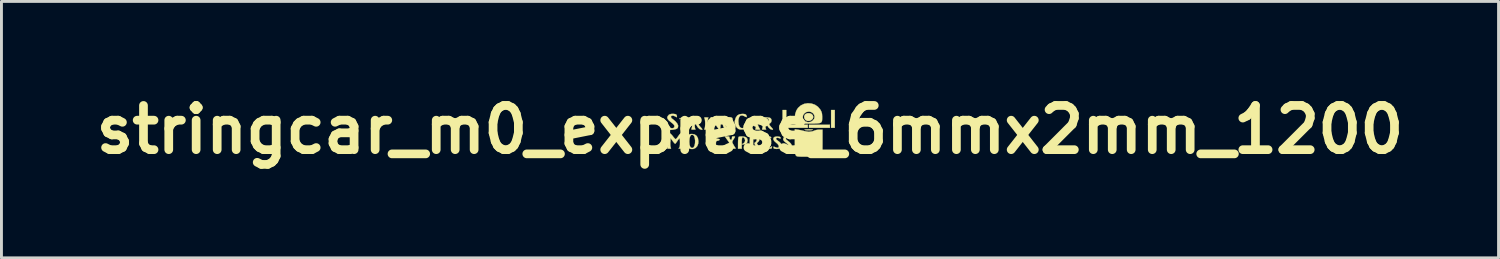
<source format=kicad_pcb>
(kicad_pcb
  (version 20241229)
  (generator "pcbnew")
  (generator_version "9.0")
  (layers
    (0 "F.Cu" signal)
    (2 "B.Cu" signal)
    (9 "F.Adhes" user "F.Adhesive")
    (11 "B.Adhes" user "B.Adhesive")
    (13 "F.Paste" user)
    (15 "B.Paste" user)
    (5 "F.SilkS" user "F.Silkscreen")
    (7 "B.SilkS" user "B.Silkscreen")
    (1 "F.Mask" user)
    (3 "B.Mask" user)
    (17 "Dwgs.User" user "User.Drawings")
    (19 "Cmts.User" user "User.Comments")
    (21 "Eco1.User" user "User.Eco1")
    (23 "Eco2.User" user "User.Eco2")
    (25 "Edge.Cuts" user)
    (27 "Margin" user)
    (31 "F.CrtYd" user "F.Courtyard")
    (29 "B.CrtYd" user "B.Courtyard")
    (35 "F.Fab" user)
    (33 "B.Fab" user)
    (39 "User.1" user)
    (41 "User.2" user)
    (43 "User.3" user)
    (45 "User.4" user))
  (footprint "stringcar_m0_express_6mmx2mm_1200"
    (layer "F.Cu")
    (at 22.795 1.418)
    (property "Reference" "stringcar_m0_express_6mmx2mm_1200" (at 0 0 0) (layer "F.SilkS") (effects (font (size 1.524 1.524) (thickness 0.3))))
    (attr through_hole)
    (fp_poly (pts (xy 1.249 -0.064) (xy 1.122 -0.064) (xy 1.122 -0.677) (xy 1.249 -0.677) (xy 1.249 -0.064)) (stroke (width 0.01) (type solid)) (fill yes) (layer "F.SilkS"))
    (fp_poly (pts (xy 1.99 -0.064) (xy 1.291 -0.064) (xy 1.291 -0.169) (xy 1.99 -0.169) (xy 1.99 -0.064)) (stroke (width 0.01) (type solid)) (fill yes) (layer "F.SilkS"))
    (fp_poly (pts (xy 2.752 -0.064) (xy 2.032 -0.064) (xy 2.032 -0.169) (xy 2.752 -0.169) (xy 2.752 -0.064)) (stroke (width 0.01) (type solid)) (fill yes) (layer "F.SilkS"))
    (fp_poly (pts (xy 2.921 -0.064) (xy 2.794 -0.064) (xy 2.794 -0.677) (xy 2.921 -0.677) (xy 2.921 -0.064)) (stroke (width 0.01) (type solid)) (fill yes) (layer "F.SilkS"))
    (fp_poly (pts (xy 2.095 -0.009) (xy 2.146 -0.003) (xy 2.167 0.004) (xy 2.166 0.005) (xy 2.142 0.013) (xy 2.087 0.019) (xy 2.021 0.021) (xy 1.95 0.019) (xy 1.898 0.013) (xy 1.877 0.005) (xy 1.891 -0.002) (xy 1.938 -0.008) (xy 2.008 -0.011) (xy 2.021 -0.011) (xy 2.095 -0.009)) (stroke (width 0.01) (type solid)) (fill yes) (layer "F.SilkS"))
    (fp_poly (pts (xy 2.052 -0.568) (xy 2.117 -0.543) (xy 2.164 -0.497) (xy 2.18 -0.438) (xy 2.162 -0.376) (xy 2.114 -0.329) (xy 2.05 -0.303) (xy 1.981 -0.301) (xy 1.918 -0.327) (xy 1.905 -0.339) (xy 1.87 -0.398) (xy 1.865 -0.464) (xy 1.891 -0.521) (xy 1.91 -0.539) (xy 1.979 -0.568) (xy 2.052 -0.568)) (stroke (width 0.01) (type solid)) (fill yes) (layer "F.SilkS"))
    (fp_poly (pts (xy -1.452 -0.419) (xy -1.431 -0.413) (xy -1.434 -0.409) (xy -1.449 -0.386) (xy -1.457 -0.327) (xy -1.46 -0.229) (xy -1.46 -0.212) (xy -1.458 -0.108) (xy -1.45 -0.044) (xy -1.437 -0.015) (xy -1.434 -0.014) (xy -1.436 -0.007) (xy -1.472 -0.003) (xy -1.502 -0.002) (xy -1.558 -0.003) (xy -1.578 -0.011) (xy -1.571 -0.025) (xy -1.557 -0.061) (xy -1.548 -0.124) (xy -1.545 -0.203) (xy -1.547 -0.283) (xy -1.555 -0.351) (xy -1.567 -0.393) (xy -1.571 -0.398) (xy -1.577 -0.414) (xy -1.553 -0.421) (xy -1.502 -0.422) (xy -1.452 -0.419)) (stroke (width 0.01) (type solid)) (fill yes) (layer "F.SilkS"))
    (fp_poly (pts (xy -0.349 0.656) (xy -0.413 0.656) (xy -0.413 0.462) (xy -0.286 0.462) (xy -0.286 0.506) (xy -0.228 0.475) (xy -0.182 0.429) (xy -0.168 0.368) (xy -0.187 0.307) (xy -0.204 0.286) (xy -0.238 0.26) (xy -0.262 0.263) (xy -0.276 0.299) (xy -0.284 0.371) (xy -0.286 0.462) (xy -0.413 0.462) (xy -0.413 0.46) (xy -0.411 0.373) (xy -0.405 0.302) (xy -0.396 0.258) (xy -0.392 0.249) (xy -0.348 0.236) (xy -0.282 0.233) (xy -0.21 0.24) (xy -0.151 0.256) (xy -0.132 0.266) (xy -0.094 0.313) (xy -0.085 0.37) (xy -0.1 0.446) (xy -0.146 0.492) (xy -0.218 0.507) (xy -0.286 0.506) (xy -0.286 0.656) (xy -0.349 0.656)) (stroke (width 0.01) (type solid)) (fill yes) (layer "F.SilkS"))
    (fp_poly (pts (xy -0.224 -0.542) (xy -0.165 -0.533) (xy -0.134 -0.509) (xy -0.123 -0.488) (xy -0.112 -0.445) (xy -0.122 -0.431) (xy -0.159 -0.445) (xy -0.197 -0.466) (xy -0.271 -0.494) (xy -0.331 -0.483) (xy -0.374 -0.435) (xy -0.398 -0.353) (xy -0.402 -0.289) (xy -0.391 -0.18) (xy -0.36 -0.103) (xy -0.312 -0.059) (xy -0.248 -0.053) (xy -0.194 -0.072) (xy -0.134 -0.099) (xy -0.1 -0.104) (xy -0.098 -0.088) (xy -0.12 -0.061) (xy -0.18 -0.026) (xy -0.26 -0.008) (xy -0.344 -0.008) (xy -0.402 -0.026) (xy -0.456 -0.073) (xy -0.5 -0.146) (xy -0.526 -0.228) (xy -0.529 -0.265) (xy -0.519 -0.324) (xy -0.497 -0.395) (xy -0.488 -0.416) (xy -0.44 -0.487) (xy -0.37 -0.528) (xy -0.272 -0.543) (xy -0.224 -0.542)) (stroke (width 0.01) (type solid)) (fill yes) (layer "F.SilkS"))
    (fp_poly (pts (xy 0.956 0.237) (xy 1.021 0.247) (xy 1.051 0.269) (xy 1.054 0.279) (xy 1.054 0.302) (xy 1.033 0.303) (xy 0.996 0.29) (xy 0.945 0.277) (xy 0.913 0.287) (xy 0.905 0.294) (xy 0.894 0.317) (xy 0.911 0.344) (xy 0.941 0.367) (xy 1.03 0.438) (xy 1.082 0.498) (xy 1.1 0.551) (xy 1.086 0.602) (xy 1.074 0.621) (xy 1.039 0.643) (xy 0.982 0.658) (xy 0.916 0.664) (xy 0.858 0.66) (xy 0.82 0.646) (xy 0.815 0.639) (xy 0.805 0.596) (xy 0.822 0.585) (xy 0.866 0.603) (xy 0.933 0.625) (xy 0.976 0.619) (xy 0.994 0.59) (xy 0.987 0.546) (xy 0.952 0.494) (xy 0.9 0.449) (xy 0.832 0.388) (xy 0.803 0.33) (xy 0.81 0.282) (xy 0.853 0.248) (xy 0.929 0.236) (xy 0.956 0.237)) (stroke (width 0.01) (type solid)) (fill yes) (layer "F.SilkS"))
    (fp_poly (pts (xy -2.14 -0.419) (xy -2.096 -0.409) (xy -2.088 -0.404) (xy -2.075 -0.377) (xy -2.091 -0.365) (xy -2.123 -0.377) (xy -2.126 -0.38) (xy -2.168 -0.397) (xy -2.19 -0.395) (xy -2.207 -0.368) (xy -2.218 -0.313) (xy -2.223 -0.24) (xy -2.223 -0.161) (xy -2.218 -0.091) (xy -2.206 -0.04) (xy -2.197 -0.025) (xy -2.19 -0.01) (xy -2.214 -0.003) (xy -2.266 -0.002) (xy -2.316 -0.005) (xy -2.337 -0.01) (xy -2.334 -0.014) (xy -2.319 -0.038) (xy -2.311 -0.096) (xy -2.307 -0.193) (xy -2.307 -0.213) (xy -2.308 -0.304) (xy -2.312 -0.36) (xy -2.32 -0.39) (xy -2.334 -0.401) (xy -2.345 -0.402) (xy -2.394 -0.388) (xy -2.411 -0.376) (xy -2.432 -0.361) (xy -2.43 -0.379) (xy -2.43 -0.381) (xy -2.405 -0.398) (xy -2.351 -0.41) (xy -2.281 -0.419) (xy -2.206 -0.422) (xy -2.14 -0.419)) (stroke (width 0.01) (type solid)) (fill yes) (layer "F.SilkS"))
    (fp_poly (pts (xy -1.906 0.166) (xy -1.837 0.217) (xy -1.794 0.297) (xy -1.779 0.401) (xy -1.785 0.482) (xy -1.818 0.567) (xy -1.877 0.63) (xy -1.954 0.665) (xy -2.038 0.667) (xy -2.102 0.645) (xy -2.154 0.601) (xy -2.186 0.537) (xy -2.2 0.445) (xy -2.201 0.413) (xy -2.095 0.413) (xy -2.086 0.518) (xy -2.06 0.591) (xy -2.019 0.628) (xy -1.982 0.631) (xy -1.943 0.609) (xy -1.913 0.551) (xy -1.909 0.54) (xy -1.894 0.462) (xy -1.892 0.373) (xy -1.903 0.289) (xy -1.925 0.223) (xy -1.941 0.2) (xy -1.988 0.172) (xy -2.029 0.183) (xy -2.063 0.228) (xy -2.086 0.303) (xy -2.095 0.405) (xy -2.095 0.413) (xy -2.201 0.413) (xy -2.201 0.392) (xy -2.196 0.313) (xy -2.178 0.257) (xy -2.147 0.213) (xy -2.103 0.17) (xy -2.055 0.152) (xy -1.997 0.148) (xy -1.906 0.166)) (stroke (width 0.01) (type solid)) (fill yes) (layer "F.SilkS"))
    (fp_poly (pts (xy 0.235 0.246) (xy 0.289 0.281) (xy 0.317 0.328) (xy 0.314 0.38) (xy 0.277 0.428) (xy 0.272 0.432) (xy 0.242 0.456) (xy 0.239 0.478) (xy 0.262 0.517) (xy 0.265 0.522) (xy 0.307 0.577) (xy 0.348 0.618) (xy 0.376 0.644) (xy 0.371 0.653) (xy 0.328 0.655) (xy 0.326 0.655) (xy 0.278 0.649) (xy 0.24 0.621) (xy 0.204 0.572) (xy 0.166 0.512) (xy 0.152 0.475) (xy 0.16 0.451) (xy 0.19 0.429) (xy 0.191 0.428) (xy 0.224 0.388) (xy 0.231 0.336) (xy 0.211 0.29) (xy 0.195 0.277) (xy 0.154 0.264) (xy 0.128 0.276) (xy 0.113 0.32) (xy 0.108 0.398) (xy 0.109 0.473) (xy 0.116 0.656) (xy -0.011 0.656) (xy -0.011 0.456) (xy -0.01 0.357) (xy -0.003 0.293) (xy 0.014 0.256) (xy 0.049 0.239) (xy 0.107 0.234) (xy 0.161 0.233) (xy 0.235 0.246)) (stroke (width 0.01) (type solid)) (fill yes) (layer "F.SilkS"))
    (fp_poly (pts (xy 1.358 0.235) (xy 1.388 0.246) (xy 1.397 0.268) (xy 1.397 0.273) (xy 1.392 0.299) (xy 1.371 0.302) (xy 1.334 0.29) (xy 1.283 0.277) (xy 1.251 0.288) (xy 1.244 0.294) (xy 1.232 0.317) (xy 1.25 0.344) (xy 1.28 0.367) (xy 1.368 0.438) (xy 1.42 0.498) (xy 1.439 0.551) (xy 1.425 0.602) (xy 1.413 0.621) (xy 1.372 0.647) (xy 1.296 0.661) (xy 1.275 0.662) (xy 1.207 0.662) (xy 1.17 0.654) (xy 1.153 0.633) (xy 1.151 0.628) (xy 1.146 0.587) (xy 1.168 0.579) (xy 1.212 0.602) (xy 1.269 0.624) (xy 1.312 0.614) (xy 1.333 0.574) (xy 1.333 0.563) (xy 1.313 0.515) (xy 1.252 0.459) (xy 1.238 0.449) (xy 1.173 0.395) (xy 1.145 0.348) (xy 1.143 0.333) (xy 1.155 0.278) (xy 1.194 0.246) (xy 1.266 0.234) (xy 1.295 0.233) (xy 1.358 0.235)) (stroke (width 0.01) (type solid)) (fill yes) (layer "F.SilkS"))
    (fp_poly (pts (xy -0.661 -0.426) (xy -0.617 -0.405) (xy -0.61 -0.396) (xy -0.597 -0.356) (xy -0.613 -0.345) (xy -0.655 -0.365) (xy -0.66 -0.368) (xy -0.726 -0.397) (xy -0.781 -0.388) (xy -0.821 -0.343) (xy -0.843 -0.265) (xy -0.847 -0.21) (xy -0.834 -0.122) (xy -0.795 -0.065) (xy -0.734 -0.043) (xy -0.723 -0.042) (xy -0.69 -0.051) (xy -0.678 -0.086) (xy -0.677 -0.104) (xy -0.685 -0.152) (xy -0.704 -0.176) (xy -0.701 -0.183) (xy -0.665 -0.187) (xy -0.635 -0.189) (xy -0.579 -0.186) (xy -0.563 -0.177) (xy -0.569 -0.171) (xy -0.589 -0.135) (xy -0.588 -0.096) (xy -0.587 -0.05) (xy -0.616 -0.025) (xy -0.628 -0.02) (xy -0.713 -0.002) (xy -0.798 -0.007) (xy -0.862 -0.032) (xy -0.913 -0.091) (xy -0.938 -0.17) (xy -0.938 -0.256) (xy -0.911 -0.334) (xy -0.859 -0.392) (xy -0.857 -0.393) (xy -0.796 -0.42) (xy -0.725 -0.431) (xy -0.661 -0.426)) (stroke (width 0.01) (type solid)) (fill yes) (layer "F.SilkS"))
    (fp_poly (pts (xy 1.656 0.003) (xy 1.745 0.018) (xy 1.843 0.041) (xy 1.884 0.052) (xy 2.025 0.074) (xy 2.156 0.057) (xy 2.227 0.029) (xy 2.282 0.012) (xy 2.357 0.001) (xy 2.391 0) (xy 2.498 0) (xy 2.498 0.423) (xy 2.497 0.568) (xy 2.496 0.677) (xy 2.494 0.755) (xy 2.489 0.809) (xy 2.482 0.845) (xy 2.472 0.868) (xy 2.458 0.886) (xy 2.455 0.889) (xy 2.438 0.904) (xy 2.415 0.915) (xy 2.381 0.922) (xy 2.329 0.927) (xy 2.253 0.93) (xy 2.147 0.931) (xy 2.012 0.931) (xy 1.872 0.931) (xy 1.769 0.93) (xy 1.696 0.928) (xy 1.646 0.923) (xy 1.615 0.916) (xy 1.596 0.905) (xy 1.582 0.89) (xy 1.578 0.884) (xy 1.567 0.861) (xy 1.558 0.825) (xy 1.552 0.77) (xy 1.548 0.692) (xy 1.546 0.583) (xy 1.545 0.439) (xy 1.545 0.412) (xy 1.545 -0.013) (xy 1.656 0.003)) (stroke (width 0.01) (type solid)) (fill yes) (layer "F.SilkS"))
    (fp_poly (pts (xy -2.571 -0.535) (xy -2.533 -0.512) (xy -2.52 -0.471) (xy -2.519 -0.458) (xy -2.522 -0.432) (xy -2.539 -0.433) (xy -2.571 -0.453) (xy -2.633 -0.481) (xy -2.684 -0.484) (xy -2.718 -0.467) (xy -2.727 -0.436) (xy -2.704 -0.395) (xy -2.676 -0.372) (xy -2.573 -0.288) (xy -2.506 -0.208) (xy -2.476 -0.136) (xy -2.485 -0.073) (xy -2.514 -0.037) (xy -2.548 -0.022) (xy -2.606 -0.008) (xy -2.676 0.003) (xy -2.745 0.009) (xy -2.799 0.008) (xy -2.825 0.000315) (xy -2.825 0) (xy -2.837 -0.034) (xy -2.846 -0.079) (xy -2.85 -0.116) (xy -2.846 -0.127) (xy -2.823 -0.116) (xy -2.781 -0.088) (xy -2.774 -0.082) (xy -2.711 -0.051) (xy -2.656 -0.049) (xy -2.616 -0.074) (xy -2.603 -0.116) (xy -2.615 -0.156) (xy -2.653 -0.2) (xy -2.718 -0.253) (xy -2.797 -0.318) (xy -2.84 -0.373) (xy -2.851 -0.423) (xy -2.837 -0.464) (xy -2.791 -0.517) (xy -2.72 -0.542) (xy -2.643 -0.545) (xy -2.571 -0.535)) (stroke (width 0.01) (type solid)) (fill yes) (layer "F.SilkS"))
    (fp_poly (pts (xy 2.116 -0.9) (xy 2.236 -0.86) (xy 2.341 -0.788) (xy 2.425 -0.688) (xy 2.428 -0.683) (xy 2.463 -0.613) (xy 2.481 -0.547) (xy 2.486 -0.464) (xy 2.487 -0.445) (xy 2.486 -0.369) (xy 2.482 -0.311) (xy 2.468 -0.27) (xy 2.441 -0.242) (xy 2.393 -0.225) (xy 2.322 -0.216) (xy 2.22 -0.212) (xy 2.083 -0.212) (xy 2.02 -0.212) (xy 1.607 -0.212) (xy 1.576 -0.285) (xy 1.548 -0.405) (xy 1.548 -0.421) (xy 1.817 -0.421) (xy 1.836 -0.351) (xy 1.887 -0.295) (xy 1.902 -0.286) (xy 1.995 -0.257) (xy 2.087 -0.268) (xy 2.157 -0.309) (xy 2.209 -0.373) (xy 2.224 -0.442) (xy 2.21 -0.508) (xy 2.17 -0.565) (xy 2.11 -0.606) (xy 2.036 -0.623) (xy 1.952 -0.61) (xy 1.938 -0.605) (xy 1.869 -0.558) (xy 1.828 -0.493) (xy 1.817 -0.421) (xy 1.548 -0.421) (xy 1.555 -0.532) (xy 1.595 -0.656) (xy 1.654 -0.748) (xy 1.751 -0.835) (xy 1.865 -0.889) (xy 1.99 -0.91) (xy 2.116 -0.9)) (stroke (width 0.01) (type solid)) (fill yes) (layer "F.SilkS"))
    (fp_poly (pts (xy -1.324 -0.429) (xy -1.317 -0.427) (xy -1.279 -0.407) (xy -1.229 -0.361) (xy -1.18 -0.304) (xy -1.133 -0.247) (xy -1.095 -0.206) (xy -1.075 -0.191) (xy -1.074 -0.191) (xy -1.063 -0.209) (xy -1.058 -0.254) (xy -1.061 -0.31) (xy -1.069 -0.362) (xy -1.082 -0.396) (xy -1.084 -0.398) (xy -1.094 -0.417) (xy -1.068 -0.423) (xy -1.057 -0.423) (xy -1.005 -0.423) (xy -1.012 -0.212) (xy -1.018 -0.102) (xy -1.028 -0.033) (xy -1.044 -0.002) (xy -1.067 -0.006) (xy -1.097 -0.045) (xy -1.106 -0.058) (xy -1.14 -0.107) (xy -1.189 -0.169) (xy -1.226 -0.212) (xy -1.311 -0.307) (xy -1.311 -0.179) (xy -1.308 -0.104) (xy -1.297 -0.047) (xy -1.287 -0.025) (xy -1.279 -0.008) (xy -1.303 -0.001) (xy -1.335 -0.000324) (xy -1.38 -0.004) (xy -1.384 -0.015) (xy -1.379 -0.019) (xy -1.365 -0.039) (xy -1.358 -0.084) (xy -1.356 -0.158) (xy -1.358 -0.237) (xy -1.361 -0.329) (xy -1.361 -0.387) (xy -1.356 -0.418) (xy -1.344 -0.43) (xy -1.324 -0.429)) (stroke (width 0.01) (type solid)) (fill yes) (layer "F.SilkS"))
    (fp_poly (pts (xy -0.728 0.237) (xy -0.709 0.252) (xy -0.71 0.26) (xy -0.707 0.296) (xy -0.689 0.329) (xy -0.663 0.356) (xy -0.644 0.35) (xy -0.635 0.339) (xy -0.621 0.292) (xy -0.622 0.27) (xy -0.619 0.243) (xy -0.587 0.233) (xy -0.567 0.233) (xy -0.524 0.235) (xy -0.516 0.249) (xy -0.534 0.28) (xy -0.579 0.35) (xy -0.604 0.395) (xy -0.611 0.426) (xy -0.605 0.455) (xy -0.587 0.491) (xy -0.552 0.553) (xy -0.518 0.607) (xy -0.516 0.609) (xy -0.496 0.639) (xy -0.501 0.652) (xy -0.537 0.656) (xy -0.568 0.656) (xy -0.624 0.653) (xy -0.645 0.64) (xy -0.643 0.626) (xy -0.643 0.588) (xy -0.66 0.544) (xy -0.684 0.513) (xy -0.696 0.508) (xy -0.717 0.526) (xy -0.739 0.566) (xy -0.752 0.61) (xy -0.75 0.637) (xy -0.76 0.65) (xy -0.799 0.656) (xy -0.803 0.656) (xy -0.868 0.656) (xy -0.792 0.55) (xy -0.716 0.445) (xy -0.792 0.339) (xy -0.868 0.233) (xy -0.784 0.233) (xy -0.728 0.237)) (stroke (width 0.01) (type solid)) (fill yes) (layer "F.SilkS"))
    (fp_poly (pts (xy 0.65 0.235) (xy 0.701 0.243) (xy 0.724 0.259) (xy 0.727 0.265) (xy 0.727 0.292) (xy 0.706 0.293) (xy 0.688 0.275) (xy 0.659 0.26) (xy 0.611 0.254) (xy 0.568 0.258) (xy 0.553 0.279) (xy 0.554 0.323) (xy 0.568 0.375) (xy 0.596 0.392) (xy 0.598 0.392) (xy 0.626 0.403) (xy 0.624 0.422) (xy 0.593 0.433) (xy 0.593 0.434) (xy 0.572 0.446) (xy 0.562 0.489) (xy 0.561 0.529) (xy 0.564 0.589) (xy 0.576 0.619) (xy 0.603 0.63) (xy 0.61 0.631) (xy 0.663 0.625) (xy 0.714 0.602) (xy 0.751 0.579) (xy 0.761 0.58) (xy 0.755 0.602) (xy 0.743 0.637) (xy 0.741 0.647) (xy 0.721 0.651) (xy 0.67 0.655) (xy 0.596 0.656) (xy 0.578 0.656) (xy 0.495 0.655) (xy 0.449 0.65) (xy 0.435 0.64) (xy 0.44 0.631) (xy 0.454 0.595) (xy 0.463 0.527) (xy 0.466 0.445) (xy 0.462 0.354) (xy 0.453 0.288) (xy 0.44 0.258) (xy 0.436 0.245) (xy 0.459 0.237) (xy 0.517 0.233) (xy 0.565 0.233) (xy 0.65 0.235)) (stroke (width 0.01) (type solid)) (fill yes) (layer "F.SilkS"))
    (fp_poly (pts (xy -1.823 -0.42) (xy -1.76 -0.41) (xy -1.734 -0.401) (xy -1.701 -0.363) (xy -1.693 -0.308) (xy -1.71 -0.255) (xy -1.736 -0.228) (xy -1.766 -0.205) (xy -1.774 -0.182) (xy -1.757 -0.15) (xy -1.713 -0.098) (xy -1.701 -0.085) (xy -1.658 -0.036) (xy -1.642 -0.011) (xy -1.649 -0.001) (xy -1.677 0) (xy -1.735 -0.02) (xy -1.794 -0.074) (xy -1.842 -0.147) (xy -1.857 -0.188) (xy -1.843 -0.214) (xy -1.823 -0.229) (xy -1.79 -0.269) (xy -1.782 -0.318) (xy -1.794 -0.363) (xy -1.824 -0.394) (xy -1.868 -0.396) (xy -1.873 -0.395) (xy -1.889 -0.369) (xy -1.9 -0.313) (xy -1.906 -0.239) (xy -1.907 -0.161) (xy -1.902 -0.088) (xy -1.892 -0.035) (xy -1.879 -0.014) (xy -1.881 -0.007) (xy -1.916 -0.003) (xy -1.943 -0.002) (xy -1.998 -0.002) (xy -2.02 -0.011) (xy -2.017 -0.031) (xy -2.012 -0.041) (xy -1.999 -0.088) (xy -1.992 -0.159) (xy -1.991 -0.238) (xy -1.996 -0.309) (xy -2.008 -0.356) (xy -2.01 -0.359) (xy -2.016 -0.394) (xy -2.004 -0.407) (xy -1.962 -0.418) (xy -1.896 -0.423) (xy -1.823 -0.42)) (stroke (width 0.01) (type solid)) (fill yes) (layer "F.SilkS"))
    (fp_poly (pts (xy -1.065 0.11) (xy -0.998 0.123) (xy -0.962 0.148) (xy -0.953 0.183) (xy -0.962 0.197) (xy -0.995 0.187) (xy -1.011 0.179) (xy -1.085 0.153) (xy -1.142 0.16) (xy -1.176 0.197) (xy -1.182 0.258) (xy -1.166 0.294) (xy -1.126 0.311) (xy -1.105 0.314) (xy -1.055 0.327) (xy -1.045 0.348) (xy -1.071 0.37) (xy -1.113 0.381) (xy -1.15 0.391) (xy -1.168 0.41) (xy -1.174 0.452) (xy -1.175 0.498) (xy -1.175 0.603) (xy -1.094 0.61) (xy -1.015 0.604) (xy -0.961 0.583) (xy -0.922 0.561) (xy -0.912 0.569) (xy -0.929 0.609) (xy -0.932 0.615) (xy -0.947 0.635) (xy -0.974 0.647) (xy -1.02 0.653) (xy -1.095 0.656) (xy -1.148 0.656) (xy -1.241 0.655) (xy -1.296 0.651) (xy -1.32 0.643) (xy -1.317 0.631) (xy -1.317 0.631) (xy -1.306 0.6) (xy -1.298 0.539) (xy -1.293 0.459) (xy -1.291 0.371) (xy -1.292 0.286) (xy -1.297 0.215) (xy -1.306 0.169) (xy -1.312 0.159) (xy -1.335 0.135) (xy -1.316 0.119) (xy -1.256 0.109) (xy -1.168 0.106) (xy -1.065 0.11)) (stroke (width 0.01) (type solid)) (fill yes) (layer "F.SilkS"))
    (fp_poly (pts (xy 0.169 -0.407) (xy 0.198 -0.35) (xy 0.234 -0.257) (xy 0.242 -0.233) (xy 0.274 -0.152) (xy 0.305 -0.084) (xy 0.329 -0.041) (xy 0.333 -0.037) (xy 0.35 -0.015) (xy 0.343 -0.004) (xy 0.305 -0.000318) (xy 0.265 0) (xy 0.206 -0.002) (xy 0.182 -0.01) (xy 0.186 -0.026) (xy 0.188 -0.029) (xy 0.204 -0.072) (xy 0.184 -0.109) (xy 0.137 -0.128) (xy 0.13 -0.128) (xy 0.092 -0.13) (xy 0.094 -0.137) (xy 0.121 -0.149) (xy 0.152 -0.166) (xy 0.156 -0.194) (xy 0.145 -0.232) (xy 0.126 -0.273) (xy 0.108 -0.287) (xy 0.107 -0.286) (xy 0.092 -0.262) (xy 0.071 -0.21) (xy 0.053 -0.157) (xy 0.033 -0.088) (xy 0.028 -0.047) (xy 0.037 -0.026) (xy 0.045 -0.019) (xy 0.052 -0.006) (xy 0.018 -0.001) (xy 0.002 -0.000324) (xy -0.045 -0.002) (xy -0.056 -0.012) (xy -0.038 -0.037) (xy -0.038 -0.037) (xy -0.017 -0.074) (xy 0.012 -0.139) (xy 0.042 -0.22) (xy 0.052 -0.248) (xy 0.08 -0.328) (xy 0.104 -0.392) (xy 0.122 -0.428) (xy 0.126 -0.433) (xy 0.146 -0.434) (xy 0.169 -0.407)) (stroke (width 0.01) (type solid)) (fill yes) (layer "F.SilkS"))
    (fp_poly (pts (xy 0.611 -0.42) (xy 0.674 -0.41) (xy 0.7 -0.401) (xy 0.733 -0.363) (xy 0.741 -0.308) (xy 0.725 -0.255) (xy 0.699 -0.228) (xy 0.668 -0.205) (xy 0.661 -0.182) (xy 0.677 -0.15) (xy 0.721 -0.098) (xy 0.733 -0.085) (xy 0.776 -0.036) (xy 0.792 -0.011) (xy 0.785 -0.001) (xy 0.758 0) (xy 0.699 -0.02) (xy 0.64 -0.074) (xy 0.592 -0.147) (xy 0.577 -0.188) (xy 0.591 -0.214) (xy 0.611 -0.229) (xy 0.644 -0.269) (xy 0.653 -0.318) (xy 0.64 -0.363) (xy 0.61 -0.394) (xy 0.566 -0.396) (xy 0.561 -0.395) (xy 0.545 -0.369) (xy 0.534 -0.313) (xy 0.528 -0.239) (xy 0.527 -0.161) (xy 0.532 -0.088) (xy 0.542 -0.035) (xy 0.556 -0.014) (xy 0.554 -0.007) (xy 0.518 -0.003) (xy 0.491 -0.002) (xy 0.436 -0.002) (xy 0.414 -0.011) (xy 0.418 -0.031) (xy 0.423 -0.041) (xy 0.436 -0.088) (xy 0.442 -0.159) (xy 0.443 -0.238) (xy 0.438 -0.309) (xy 0.426 -0.356) (xy 0.424 -0.359) (xy 0.418 -0.394) (xy 0.43 -0.407) (xy 0.472 -0.418) (xy 0.538 -0.423) (xy 0.611 -0.42)) (stroke (width 0.01) (type solid)) (fill yes) (layer "F.SilkS"))
    (fp_poly (pts (xy -2.8 0.11) (xy -2.749 0.131) (xy -2.692 0.185) (xy -2.663 0.222) (xy -2.618 0.278) (xy -2.581 0.316) (xy -2.562 0.328) (xy -2.54 0.312) (xy -2.504 0.269) (xy -2.471 0.222) (xy -2.426 0.159) (xy -2.387 0.125) (xy -2.344 0.111) (xy -2.333 0.11) (xy -2.284 0.113) (xy -2.264 0.13) (xy -2.279 0.154) (xy -2.286 0.159) (xy -2.295 0.184) (xy -2.302 0.244) (xy -2.306 0.327) (xy -2.307 0.392) (xy -2.306 0.493) (xy -2.302 0.56) (xy -2.295 0.602) (xy -2.282 0.624) (xy -2.27 0.633) (xy -2.259 0.645) (xy -2.28 0.652) (xy -2.339 0.655) (xy -2.36 0.655) (xy -2.428 0.653) (xy -2.459 0.648) (xy -2.456 0.637) (xy -2.45 0.633) (xy -2.43 0.614) (xy -2.419 0.577) (xy -2.414 0.514) (xy -2.413 0.454) (xy -2.415 0.378) (xy -2.42 0.323) (xy -2.427 0.297) (xy -2.429 0.296) (xy -2.448 0.313) (xy -2.481 0.355) (xy -2.505 0.392) (xy -2.541 0.445) (xy -2.57 0.479) (xy -2.581 0.487) (xy -2.6 0.471) (xy -2.636 0.43) (xy -2.669 0.386) (xy -2.741 0.286) (xy -2.747 0.441) (xy -2.747 0.535) (xy -2.739 0.601) (xy -2.729 0.626) (xy -2.72 0.646) (xy -2.739 0.654) (xy -2.785 0.656) (xy -2.835 0.653) (xy -2.849 0.643) (xy -2.841 0.631) (xy -2.83 0.6) (xy -2.822 0.539) (xy -2.817 0.459) (xy -2.815 0.371) (xy -2.816 0.286) (xy -2.821 0.215) (xy -2.83 0.169) (xy -2.836 0.159) (xy -2.858 0.133) (xy -2.844 0.114) (xy -2.801 0.11) (xy -2.8 0.11)) (stroke (width 0.01) (type solid)) (fill yes) (layer "F.SilkS")))
  (gr_rect
    (start -3 -3)
    (end 48.589 5.836)
    (stroke (width 0.1) (type default))
    (fill no)
    (layer "Edge.Cuts")))
</source>
